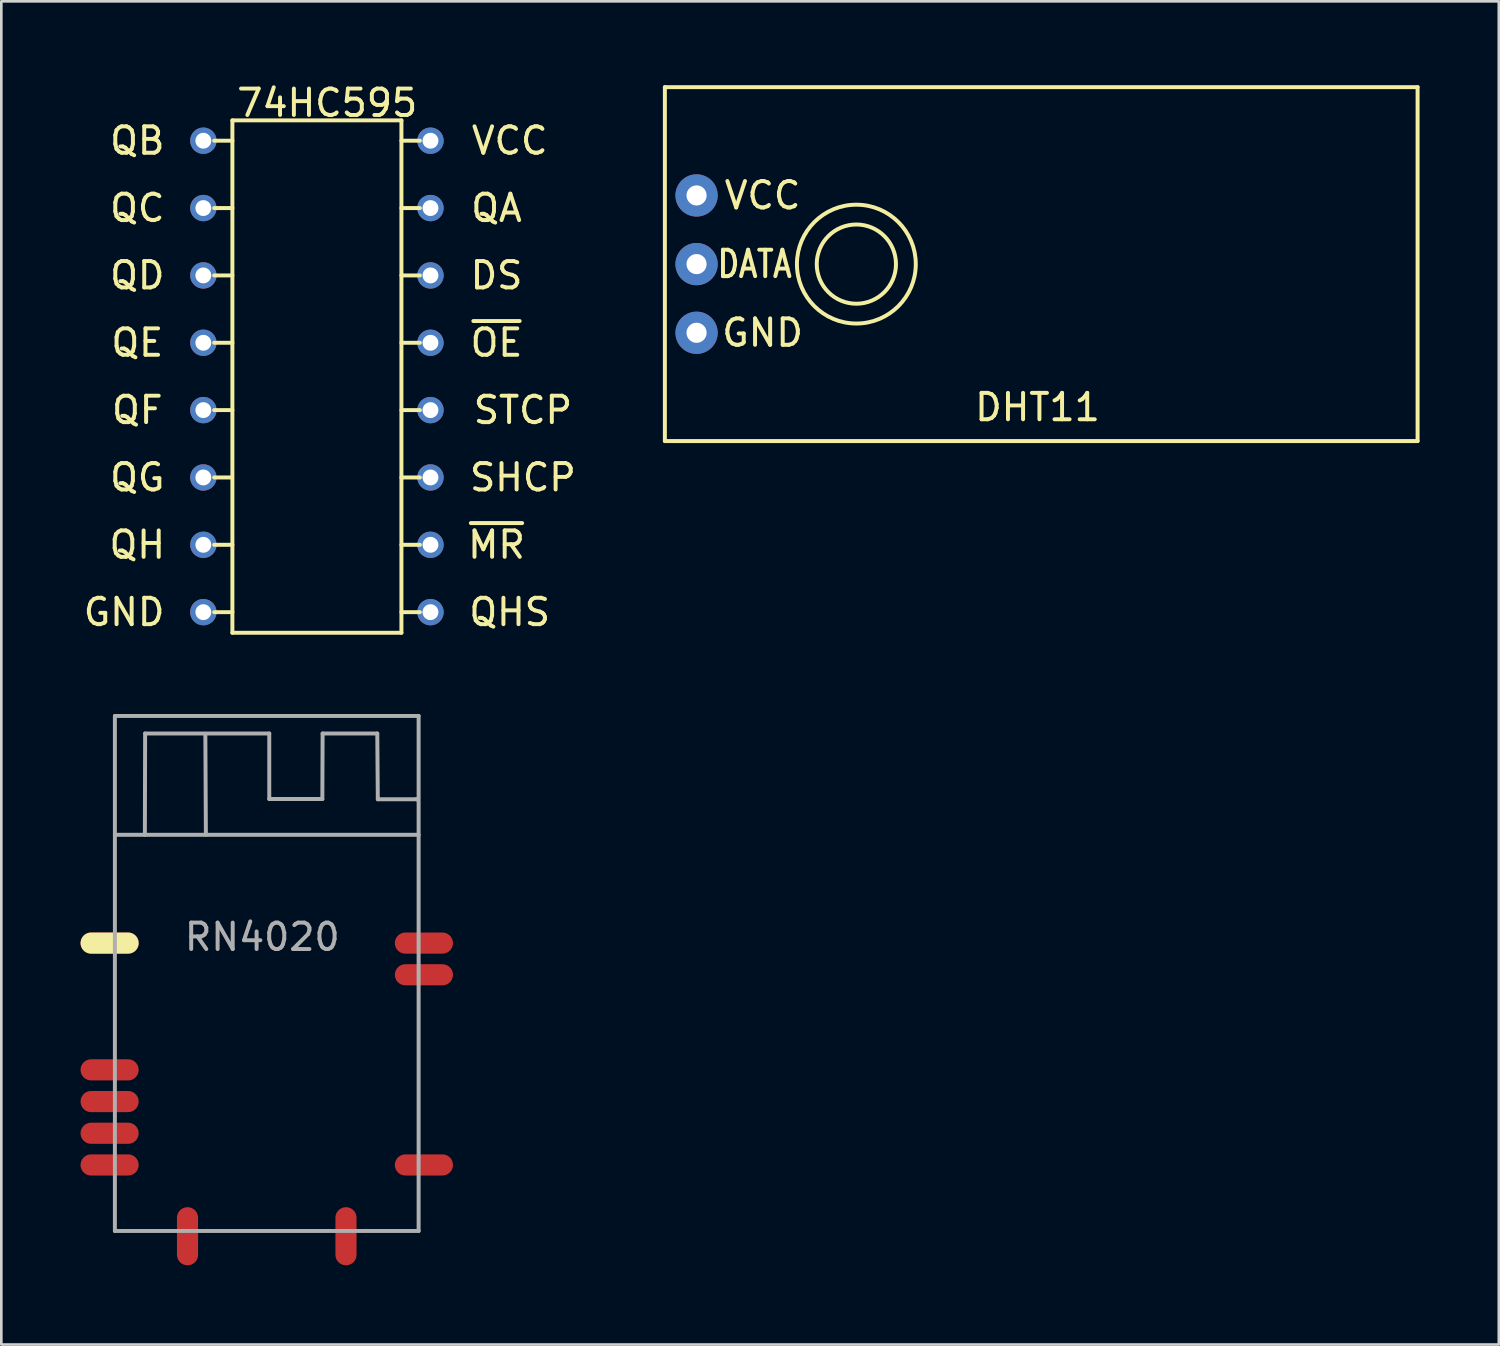
<source format=kicad_pcb>
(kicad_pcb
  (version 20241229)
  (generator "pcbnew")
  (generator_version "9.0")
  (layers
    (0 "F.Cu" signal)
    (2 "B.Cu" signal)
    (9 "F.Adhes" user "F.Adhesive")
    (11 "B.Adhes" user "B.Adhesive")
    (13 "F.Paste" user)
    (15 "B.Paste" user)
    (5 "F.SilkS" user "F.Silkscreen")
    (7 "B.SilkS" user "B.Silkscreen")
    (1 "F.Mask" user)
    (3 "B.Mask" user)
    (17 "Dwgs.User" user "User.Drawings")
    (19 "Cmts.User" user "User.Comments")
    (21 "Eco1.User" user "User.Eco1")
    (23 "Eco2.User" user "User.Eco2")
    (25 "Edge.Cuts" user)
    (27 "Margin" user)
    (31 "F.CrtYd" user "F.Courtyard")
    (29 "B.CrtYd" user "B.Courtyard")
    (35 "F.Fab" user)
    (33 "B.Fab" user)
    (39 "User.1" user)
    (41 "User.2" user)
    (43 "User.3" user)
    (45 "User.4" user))
  (footprint "RN4020"
    (layer "F.Cu")
    (at 1.3 43.558)
    (property "Reference" "RN4020" (at 5.58 -11.13 0) (layer "F.Fab") (effects (font (size 1 1) (thickness 0.15))))
    (attr through_hole)
    (fp_line (start 0 -19.5) (end 0 0) (stroke (width 0.15) (type solid)) (layer "F.Fab"))
    (fp_line (start 0 -19.5) (end 11.5 -19.5) (stroke (width 0.15) (type solid)) (layer "F.Fab"))
    (fp_line (start 0 -15) (end 11.5 -15) (stroke (width 0.15) (type solid)) (layer "F.Fab"))
    (fp_line (start 1.135 -15) (end 1.145 -18.835) (stroke (width 0.15) (type solid)) (layer "F.Fab"))
    (fp_line (start 1.145 -18.835) (end 5.845 -18.835) (stroke (width 0.15) (type solid)) (layer "F.Fab"))
    (fp_line (start 3.425 -18.825) (end 3.445 -15.005) (stroke (width 0.15) (type solid)) (layer "F.Fab"))
    (fp_line (start 5.845 -18.835) (end 5.845 -16.355) (stroke (width 0.15) (type solid)) (layer "F.Fab"))
    (fp_line (start 5.845 -16.355) (end 7.855 -16.355) (stroke (width 0.15) (type solid)) (layer "F.Fab"))
    (fp_line (start 7.855 -16.355) (end 7.865 -18.835) (stroke (width 0.15) (type solid)) (layer "F.Fab"))
    (fp_line (start 7.865 -18.835) (end 9.935 -18.835) (stroke (width 0.15) (type solid)) (layer "F.Fab"))
    (fp_line (start 9.935 -18.835) (end 9.955 -16.345) (stroke (width 0.15) (type solid)) (layer "F.Fab"))
    (fp_line (start 9.955 -16.345) (end 11.435 -16.345) (stroke (width 0.15) (type solid)) (layer "F.Fab"))
    (fp_line (start 11.425 -16.345) (end 11.435 -16.345) (stroke (width 0.15) (type solid)) (layer "F.Fab"))
    (fp_line (start 11.435 -16.345) (end 11.425 -16.345) (stroke (width 0.15) (type solid)) (layer "F.Fab"))
    (fp_line (start 11.5 -19.5) (end 11.5 0) (stroke (width 0.15) (type solid)) (layer "F.Fab"))
    (fp_line (start 11.5 0) (end 0 0) (stroke (width 0.15) (type solid)) (layer "F.Fab"))
    (pad "" smd oval (at 0.5 -9.7) (size 1 0.8) (layers "F.Mask" "F.Paste"))
    (pad "" smd oval (at 0.5 -8.5) (size 1 0.8) (layers "F.Mask" "F.Paste"))
    (pad "" smd oval (at 0.5 -7.3) (size 1 0.8) (layers "F.Mask" "F.Paste"))
    (pad "" smd oval (at 0.8 -12.7) (size 1 1.6) (layers "F.Mask" "F.Paste"))
    (pad "" smd oval (at 0.8 -1) (size 1 1.4) (layers "F.Mask" "F.Paste"))
    (pad "" smd oval (at 3.95 -0.5 270) (size 1 0.8) (layers "F.Mask" "F.Paste"))
    (pad "" smd oval (at 5.15 -0.5 270) (size 1 0.8) (layers "F.Mask" "F.Paste"))
    (pad "" smd oval (at 6.35 -0.5 270) (size 1 0.8) (layers "F.Mask" "F.Paste"))
    (pad "" smd oval (at 7.55 -0.5 270) (size 1 0.8) (layers "F.Mask" "F.Paste"))
    (pad "" smd oval (at 10.7 -12.7) (size 1 1.6) (layers "F.Mask" "F.Paste"))
    (pad "" smd oval (at 10.7 -1 180) (size 1 1.4) (layers "F.Mask" "F.Paste"))
    (pad "" smd oval (at 11 -8.5) (size 1 0.8) (layers "F.Mask" "F.Paste"))
    (pad "" smd oval (at 11 -7.3) (size 1 0.8) (layers "F.Mask" "F.Paste"))
    (pad "" smd oval (at 11 -6.1) (size 1 0.8) (layers "F.Mask" "F.Paste"))
    (pad "" smd oval (at 11 -4.9) (size 1 0.8) (layers "F.Mask" "F.Paste"))
    (pad "" smd oval (at 11 -3.7) (size 1 0.8) (layers "F.Mask" "F.Paste"))
    (pad "1" smd oval (at -0.2 -10.9) (size 2.2 0.8) (layers "F.Cu" "F.Mask" "F.SilkS" "F.Paste"))
    (pad "5" smd oval (at -0.2 -6.1) (size 2.2 0.8) (layers "F.Cu" "F.Mask" "F.Paste"))
    (pad "6" smd oval (at -0.2 -4.9) (size 2.2 0.8) (layers "F.Cu" "F.Mask" "F.Paste"))
    (pad "7" smd oval (at -0.2 -3.7) (size 2.2 0.8) (layers "F.Cu" "F.Mask" "F.Paste"))
    (pad "8" smd oval (at -0.2 -2.5 180) (size 2.2 0.8) (layers "F.Cu" "F.Mask" "F.Paste"))
    (pad "10" smd oval (at 2.75 0.2 270) (size 2.2 0.8) (layers "F.Cu" "F.Mask" "F.Paste"))
    (pad "15" smd oval (at 8.75 0.2 270) (size 2.2 0.8) (layers "F.Cu" "F.Mask" "F.Paste"))
    (pad "17" smd oval (at 11.7 -2.5) (size 2.2 0.8) (layers "F.Cu" "F.Mask" "F.Paste"))
    (pad "23" smd oval (at 11.7 -9.7) (size 2.2 0.8) (layers "F.Cu" "F.Mask" "F.Paste"))
    (pad "24" smd oval (at 11.7 -10.9) (size 2.2 0.8) (layers "F.Cu" "F.Mask" "F.Paste")))
  (footprint "74HC595"
    (layer "F.Cu")
    (at 4.649 1.508)
    (property "Reference" "74HC595" (at 4.69 -0.66 0) (layer "F.SilkS") (effects (font (size 1 1) (thickness 0.15))))
    (attr through_hole)
    (fp_line (start 0.41 0.77) (end 1.1 0.77) (stroke (width 0.15) (type solid)) (layer "F.SilkS"))
    (fp_line (start 0.41 3.32) (end 1.1 3.32) (stroke (width 0.15) (type solid)) (layer "F.SilkS"))
    (fp_line (start 0.41 5.87) (end 1.1 5.87) (stroke (width 0.15) (type solid)) (layer "F.SilkS"))
    (fp_line (start 0.41 8.42) (end 1.1 8.42) (stroke (width 0.15) (type solid)) (layer "F.SilkS"))
    (fp_line (start 0.41 10.97) (end 1.1 10.97) (stroke (width 0.15) (type solid)) (layer "F.SilkS"))
    (fp_line (start 0.41 13.52) (end 1.09 13.52) (stroke (width 0.15) (type solid)) (layer "F.SilkS"))
    (fp_line (start 0.41 16.07) (end 1.1 16.07) (stroke (width 0.15) (type solid)) (layer "F.SilkS"))
    (fp_line (start 0.41 18.62) (end 1.1 18.62) (stroke (width 0.15) (type solid)) (layer "F.SilkS"))
    (fp_line (start 1.1 0) (end 7.5 0) (stroke (width 0.15) (type solid)) (layer "F.SilkS"))
    (fp_line (start 1.1 19.4) (end 1.1 0) (stroke (width 0.15) (type solid)) (layer "F.SilkS"))
    (fp_line (start 7.5 0) (end 7.5 19.4) (stroke (width 0.15) (type solid)) (layer "F.SilkS"))
    (fp_line (start 7.5 19.4) (end 1.1 19.4) (stroke (width 0.15) (type solid)) (layer "F.SilkS"))
    (fp_line (start 8.2 0.77) (end 7.5 0.77) (stroke (width 0.15) (type solid)) (layer "F.SilkS"))
    (fp_line (start 8.2 3.32) (end 7.5 3.32) (stroke (width 0.15) (type solid)) (layer "F.SilkS"))
    (fp_line (start 8.2 5.87) (end 7.5 5.87) (stroke (width 0.15) (type solid)) (layer "F.SilkS"))
    (fp_line (start 8.2 8.42) (end 7.5 8.42) (stroke (width 0.15) (type solid)) (layer "F.SilkS"))
    (fp_line (start 8.2 10.97) (end 7.5 10.97) (stroke (width 0.15) (type solid)) (layer "F.SilkS"))
    (fp_line (start 8.2 13.52) (end 7.5 13.52) (stroke (width 0.15) (type solid)) (layer "F.SilkS"))
    (fp_line (start 8.2 16.07) (end 7.5 16.07) (stroke (width 0.15) (type solid)) (layer "F.SilkS"))
    (fp_line (start 8.2 18.62) (end 7.5 18.62) (stroke (width 0.15) (type solid)) (layer "F.SilkS"))
    (fp_text user "QA" (at 11.1 3.32 0) (layer "F.SilkS") (effects (font (size 1 1) (thickness 0.15))))
    (fp_text user "QG" (at -2.5 13.52 0) (layer "F.SilkS") (effects (font (size 1 1) (thickness 0.15))))
    (fp_text user "STCP" (at 12.1 10.97 0) (layer "F.SilkS") (effects (font (size 1 1) (thickness 0.15))))
    (fp_text user "QH" (at -2.5 16.07 0) (layer "F.SilkS") (effects (font (size 1 1) (thickness 0.15))))
    (fp_text user "SHCP" (at 12.1 13.52 0) (layer "F.SilkS") (effects (font (size 1 1) (thickness 0.15))))
    (fp_text user "QE" (at -2.5 8.42 0) (layer "F.SilkS") (effects (font (size 1 1) (thickness 0.15))))
    (fp_text user "VCC" (at 11.6 0.77 0) (layer "F.SilkS") (effects (font (size 1 1) (thickness 0.15))))
    (fp_text user "~{OE}" (at 11.1 8.42 0) (layer "F.SilkS") (effects (font (size 1 1) (thickness 0.15))))
    (fp_text user "~{MR}" (at 11.1 16.07 0) (layer "F.SilkS") (effects (font (size 1 1) (thickness 0.15))))
    (fp_text user "QD" (at -2.5 5.87 0) (layer "F.SilkS") (effects (font (size 1 1) (thickness 0.15))))
    (fp_text user "DS" (at 11.1 5.87 0) (layer "F.SilkS") (effects (font (size 1 1) (thickness 0.15))))
    (fp_text user "QF" (at -2.5 10.97 0) (layer "F.SilkS") (effects (font (size 1 1) (thickness 0.15))))
    (fp_text user "QB" (at -2.5 0.77 0) (layer "F.SilkS") (effects (font (size 1 1) (thickness 0.15))))
    (fp_text user "GND" (at -3 18.62 0) (layer "F.SilkS") (effects (font (size 1 1) (thickness 0.15))))
    (fp_text user "QHS" (at 11.6 18.62 0) (layer "F.SilkS") (effects (font (size 1 1) (thickness 0.15))))
    (fp_text user "QC" (at -2.5 3.32 0) (layer "F.SilkS") (effects (font (size 1 1) (thickness 0.15))))
    (pad "1" thru_hole circle (at 0 0.77) (size 1 1) (drill 0.6) (layers "*.Cu" "*.Mask"))
    (pad "2" thru_hole circle (at 0 3.32) (size 1 1) (drill 0.6) (layers "*.Cu" "*.Mask"))
    (pad "3" thru_hole circle (at 0 5.87) (size 1 1) (drill 0.6) (layers "*.Cu" "*.Mask"))
    (pad "4" thru_hole circle (at 0 8.42) (size 1 1) (drill 0.6) (layers "*.Cu" "*.Mask"))
    (pad "5" thru_hole circle (at 0 10.97) (size 1 1) (drill 0.6) (layers "*.Cu" "*.Mask"))
    (pad "6" thru_hole circle (at 0 13.52) (size 1 1) (drill 0.6) (layers "*.Cu" "*.Mask"))
    (pad "7" thru_hole circle (at 0 16.07) (size 1 1) (drill 0.6) (layers "*.Cu" "*.Mask"))
    (pad "8" thru_hole circle (at 0 18.62) (size 1 1) (drill 0.6) (layers "*.Cu" "*.Mask"))
    (pad "9" thru_hole circle (at 8.6 18.62) (size 1 1) (drill 0.6) (layers "*.Cu" "*.Mask"))
    (pad "10" thru_hole circle (at 8.6 16.07) (size 1 1) (drill 0.6) (layers "*.Cu" "*.Mask"))
    (pad "11" thru_hole circle (at 8.6 13.52) (size 1 1) (drill 0.6) (layers "*.Cu" "*.Mask"))
    (pad "12" thru_hole circle (at 8.6 10.97) (size 1 1) (drill 0.6) (layers "*.Cu" "*.Mask"))
    (pad "13" thru_hole circle (at 8.6 8.42) (size 1 1) (drill 0.6) (layers "*.Cu" "*.Mask"))
    (pad "14" thru_hole circle (at 8.6 5.87) (size 1 1) (drill 0.6) (layers "*.Cu" "*.Mask"))
    (pad "15" thru_hole circle (at 8.6 3.32) (size 1 1) (drill 0.6) (layers "*.Cu" "*.Mask"))
    (pad "16" thru_hole circle (at 8.6 0.77) (size 1 1) (drill 0.6) (layers "*.Cu" "*.Mask")))
  (footprint "DHT11"
    (layer "F.Cu")
    (at 22.124 0.25)
    (property "Reference" "DHT11" (at 14.11 12.12 0) (layer "F.SilkS") (effects (font (size 1 1) (thickness 0.15))))
    (attr through_hole)
    (fp_line (start 0 0) (end 28.5 0) (stroke (width 0.15) (type solid)) (layer "F.SilkS"))
    (fp_line (start 0 13.4) (end 0 0) (stroke (width 0.15) (type solid)) (layer "F.SilkS"))
    (fp_line (start 28.5 0) (end 28.5 13.4) (stroke (width 0.15) (type solid)) (layer "F.SilkS"))
    (fp_line (start 28.5 13.4) (end 0 13.4) (stroke (width 0.15) (type solid)) (layer "F.SilkS"))
    (fp_circle (center 7.25 6.7) (end 5 6.7) (stroke (width 0.15) (type solid)) (fill no) (layer "F.SilkS"))
    (fp_circle (center 7.25 6.7) (end 5.75 6.7) (stroke (width 0.15) (type solid)) (fill no) (layer "F.SilkS"))
    (fp_text user "VCC" (at 3.7 4.1 0) (layer "F.SilkS") (effects (font (size 1 1) (thickness 0.15))))
    (fp_text user "GND" (at 3.7 9.3 0) (layer "F.SilkS") (effects (font (size 1 1) (thickness 0.15))))
    (fp_text user "DATA" (at 3.4 6.7 0) (layer "F.SilkS") (effects (font (size 1 0.8) (thickness 0.15))))
    (pad "1" thru_hole circle (at 1.2 4.1) (size 1.6 1.6) (drill 0.762) (layers "*.Cu" "*.Mask"))
    (pad "2" thru_hole circle (at 1.2 6.7) (size 1.6 1.6) (drill 0.762) (layers "*.Cu" "*.Mask"))
    (pad "3" thru_hole circle (at 1.2 9.3) (size 1.6 1.6) (drill 0.762) (layers "*.Cu" "*.Mask")))
  (gr_rect
    (start -3 -3)
    (end 53.699 47.858)
    (stroke (width 0.1) (type default))
    (fill no)
    (layer "Edge.Cuts")))
</source>
